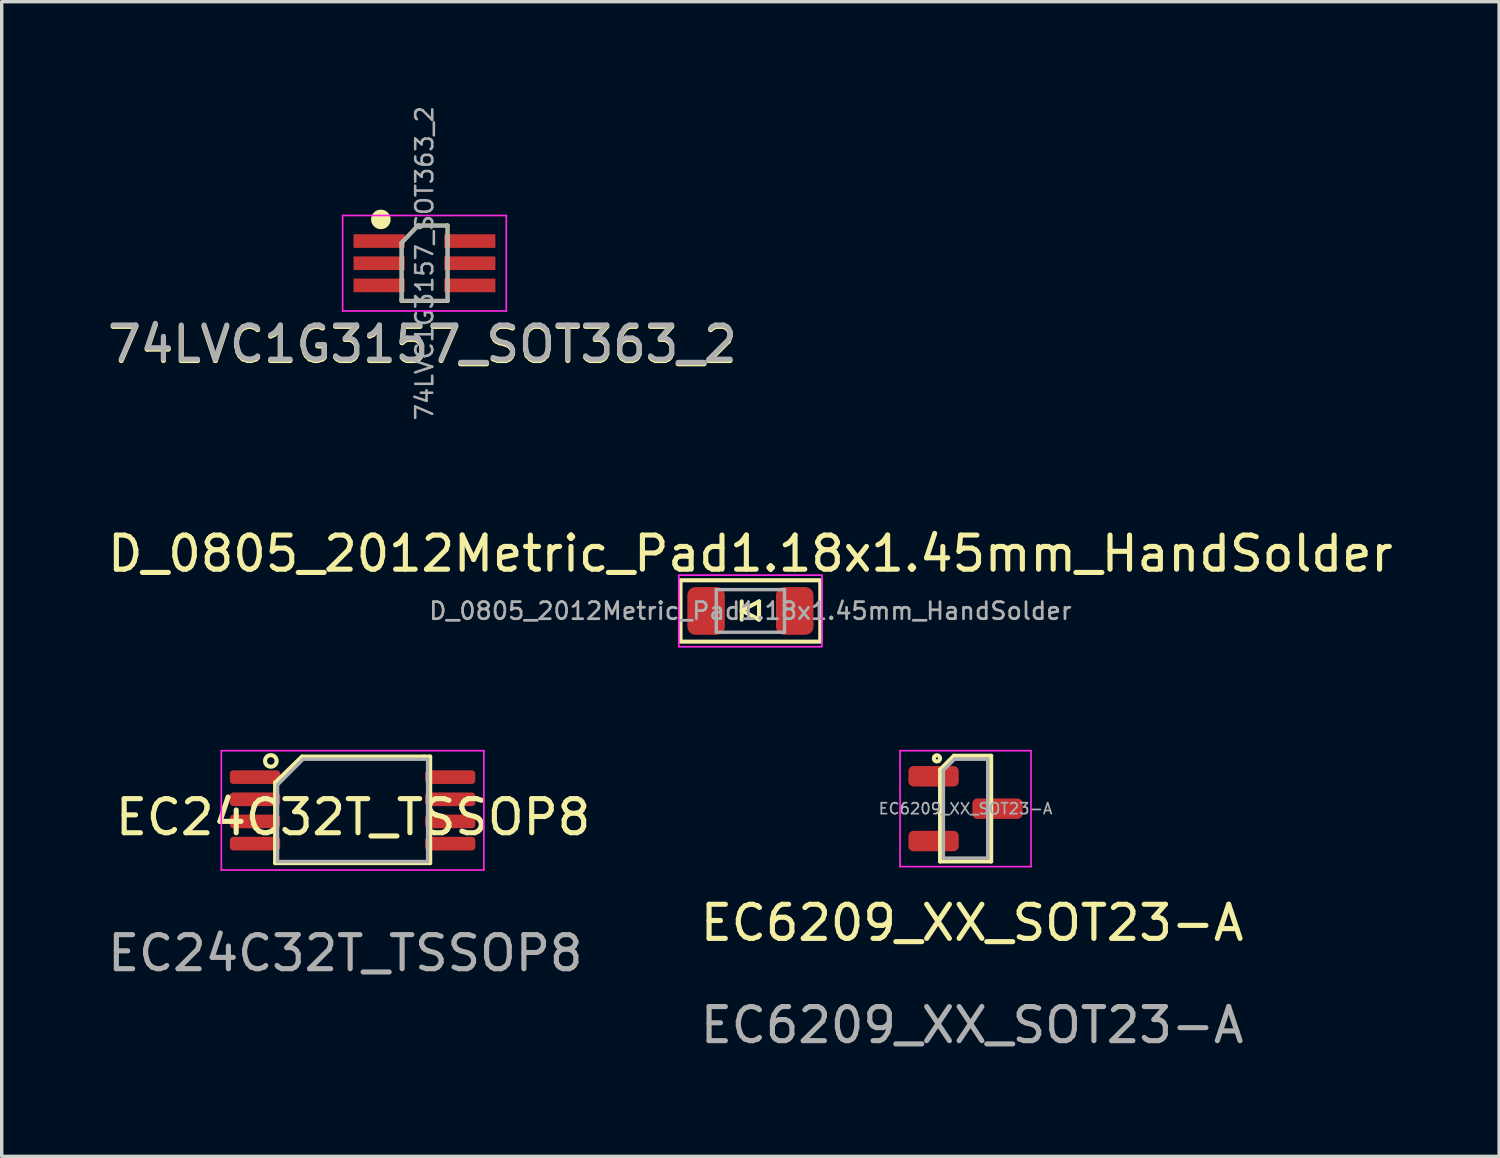
<source format=kicad_pcb>
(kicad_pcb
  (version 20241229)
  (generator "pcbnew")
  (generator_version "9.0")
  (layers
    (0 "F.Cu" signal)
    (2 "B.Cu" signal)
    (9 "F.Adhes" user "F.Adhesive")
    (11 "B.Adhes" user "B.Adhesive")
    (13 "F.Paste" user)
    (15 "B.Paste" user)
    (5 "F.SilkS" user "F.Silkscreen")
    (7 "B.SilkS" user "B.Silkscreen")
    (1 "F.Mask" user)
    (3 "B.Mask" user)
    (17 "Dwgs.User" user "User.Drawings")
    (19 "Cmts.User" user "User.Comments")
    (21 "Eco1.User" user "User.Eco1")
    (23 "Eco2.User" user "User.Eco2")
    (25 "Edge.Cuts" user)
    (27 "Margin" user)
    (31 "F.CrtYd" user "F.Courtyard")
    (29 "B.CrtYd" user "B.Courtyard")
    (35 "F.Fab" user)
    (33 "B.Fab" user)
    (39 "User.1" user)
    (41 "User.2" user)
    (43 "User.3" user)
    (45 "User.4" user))
  (footprint "EC6209_XX_SOT23-A"
    (layer "F.Cu")
    (at 25.232 20.564)
    (property "Reference" "EC6209_XX_SOT23-A" (at 0.229 3.452 0) (unlocked yes) (layer "F.SilkS") (effects (font (size 1 1) (thickness 0.15))))
    (attr smd)
    (fp_line (start -0.711 -1.041) (end -0.711 1.651) (stroke (width 0.12) (type solid)) (layer "F.SilkS"))
    (fp_line (start -0.305 -1.448) (end -0.711 -1.041) (stroke (width 0.12) (type solid)) (layer "F.SilkS"))
    (fp_line (start -0.305 -1.448) (end 0.787 -1.448) (stroke (width 0.12) (type solid)) (layer "F.SilkS"))
    (fp_line (start 0.787 -1.448) (end 0.787 1.651) (stroke (width 0.12) (type solid)) (layer "F.SilkS"))
    (fp_line (start 0.787 1.651) (end -0.711 1.651) (stroke (width 0.12) (type solid)) (layer "F.SilkS"))
    (fp_circle (center -0.803 -1.372) (end -0.854 -1.448) (stroke (width 0.12) (type solid)) (fill no) (layer "F.SilkS"))
    (fp_line (start -1.884 -1.597) (end -1.884 1.803) (stroke (width 0.05) (type solid)) (layer "F.CrtYd"))
    (fp_line (start -1.884 1.803) (end 1.956 1.803) (stroke (width 0.05) (type solid)) (layer "F.CrtYd"))
    (fp_line (start 1.956 -1.597) (end -1.884 -1.597) (stroke (width 0.05) (type solid)) (layer "F.CrtYd"))
    (fp_line (start 1.956 1.803) (end 1.956 -1.597) (stroke (width 0.05) (type solid)) (layer "F.CrtYd"))
    (fp_line (start -0.614 -1.022) (end -0.289 -1.347) (stroke (width 0.1) (type solid)) (layer "F.Fab"))
    (fp_line (start -0.614 1.553) (end -0.614 -1.022) (stroke (width 0.1) (type solid)) (layer "F.Fab"))
    (fp_line (start -0.289 -1.347) (end 0.686 -1.347) (stroke (width 0.1) (type solid)) (layer "F.Fab"))
    (fp_line (start 0.686 -1.347) (end 0.686 1.553) (stroke (width 0.1) (type solid)) (layer "F.Fab"))
    (fp_line (start 0.686 1.553) (end -0.614 1.553) (stroke (width 0.1) (type solid)) (layer "F.Fab"))
    (fp_text user "${REFERENCE}" (at 0.229 6.452 0) (unlocked yes) (layer "F.Fab") (effects (font (size 1 1) (thickness 0.15))))
    (fp_text user "${REFERENCE}" (at 0.036 0.103 0) (layer "F.Fab") (effects (font (size 0.32 0.32) (thickness 0.05))))
    (pad "1" smd roundrect (at -0.902 -0.847) (size 1.475 0.6) (layers "F.Cu" "F.Mask" "F.Paste") (roundrect_rratio 0.25))
    (pad "2" smd roundrect (at -0.902 1.053) (size 1.475 0.6) (layers "F.Cu" "F.Mask" "F.Paste") (roundrect_rratio 0.25))
    (pad "3" smd roundrect (at 0.973 0.103) (size 1.475 0.6) (layers "F.Cu" "F.Mask" "F.Paste") (roundrect_rratio 0.25)))
  (footprint "74LVC1G3157_SOT363_2"
    (layer "F.Cu")
    (at 9.339 4.528)
    (property "Reference" "74LVC1G3157_SOT363_2" (at 0 2.54 0) (unlocked yes) (layer "F.SilkS") (effects (font (size 1 1) (thickness 0.15))))
    (attr smd)
    (fp_line (start -0.61 -0.457) (end -0.61 1.194) (stroke (width 0.12) (type solid)) (layer "F.SilkS"))
    (fp_line (start -0.61 1.194) (end -0.61 1.245) (stroke (width 0.12) (type solid)) (layer "F.SilkS"))
    (fp_line (start -0.61 1.245) (end 0.737 1.245) (stroke (width 0.12) (type solid)) (layer "F.SilkS"))
    (fp_line (start -0.127 -0.965) (end -0.61 -0.457) (stroke (width 0.12) (type solid)) (layer "F.SilkS"))
    (fp_line (start 0.737 -0.965) (end -0.127 -0.965) (stroke (width 0.12) (type solid)) (layer "F.SilkS"))
    (fp_line (start 0.737 1.245) (end 0.737 -0.965) (stroke (width 0.12) (type solid)) (layer "F.SilkS"))
    (fp_circle (center -1.219 -1.143) (end -0.992 -1.143) (stroke (width 0.12) (type solid)) (fill yes) (layer "F.SilkS"))
    (fp_line (start -2.34 -1.258) (end -2.34 1.542) (stroke (width 0.05) (type solid)) (layer "F.CrtYd"))
    (fp_line (start -2.34 -1.258) (end 2.46 -1.258) (stroke (width 0.05) (type solid)) (layer "F.CrtYd"))
    (fp_line (start -2.34 1.542) (end 2.46 1.542) (stroke (width 0.05) (type solid)) (layer "F.CrtYd"))
    (fp_line (start 2.46 1.542) (end 2.46 -1.258) (stroke (width 0.05) (type solid)) (layer "F.CrtYd"))
    (fp_line (start -0.615 -0.458) (end -0.615 1.242) (stroke (width 0.1) (type solid)) (layer "F.Fab"))
    (fp_line (start -0.115 -0.958) (end -0.615 -0.458) (stroke (width 0.1) (type solid)) (layer "F.Fab"))
    (fp_line (start 0.735 -0.958) (end -0.115 -0.958) (stroke (width 0.1) (type solid)) (layer "F.Fab"))
    (fp_line (start 0.735 -0.958) (end 0.735 1.242) (stroke (width 0.1) (type solid)) (layer "F.Fab"))
    (fp_line (start 0.735 1.242) (end -0.615 1.242) (stroke (width 0.1) (type solid)) (layer "F.Fab"))
    (fp_text user "${REFERENCE}" (at 0 2.5 0) (unlocked yes) (layer "F.Fab") (effects (font (size 1 1) (thickness 0.15))))
    (fp_text user "${REFERENCE}" (at 0.06 0.142 90) (layer "F.Fab") (effects (font (size 0.5 0.5) (thickness 0.075))))
    (pad "1" smd rect (at -1.27 -0.508) (size 1.5 0.4) (layers "F.Cu" "F.Mask" "F.Paste"))
    (pad "2" smd rect (at -1.27 0.142) (size 1.5 0.4) (layers "F.Cu" "F.Mask" "F.Paste"))
    (pad "3" smd rect (at -1.27 0.792) (size 1.5 0.4) (layers "F.Cu" "F.Mask" "F.Paste"))
    (pad "4" smd rect (at 1.39 0.792) (size 1.5 0.4) (layers "F.Cu" "F.Mask" "F.Paste"))
    (pad "5" smd rect (at 1.39 0.142) (size 1.5 0.4) (layers "F.Cu" "F.Mask" "F.Paste"))
    (pad "6" smd rect (at 1.39 -0.508) (size 1.5 0.4) (layers "F.Cu" "F.Mask" "F.Paste")))
  (footprint "D_0805_2012Metric_Pad1.18x1.45mm_HandSolder"
    (layer "F.Cu")
    (at 18.958 14.868)
    (property "Reference" "D_0805_2012Metric_Pad1.18x1.45mm_HandSolder" (at 0 -1.68 0) (layer "F.SilkS") (effects (font (size 1 1) (thickness 0.15))))
    (attr smd)
    (fp_line (start -0.254 -0.279) (end -0.254 0.254) (stroke (width 0.12) (type solid)) (layer "F.SilkS"))
    (fp_line (start -0.254 -0.013) (end 0.254 -0.279) (stroke (width 0.12) (type solid)) (layer "F.SilkS"))
    (fp_line (start 0.254 -0.279) (end 0.254 0.254) (stroke (width 0.12) (type solid)) (layer "F.SilkS"))
    (fp_line (start 0.254 0.254) (end -0.254 -0.013) (stroke (width 0.12) (type solid)) (layer "F.SilkS"))
    (fp_rect (start -2.05 -0.9) (end 2.05 0.9) (stroke (width 0.12) (type solid)) (fill no) (layer "F.SilkS"))
    (fp_rect (start -2.1 -1.05) (end 2.1 1.05) (stroke (width 0.05) (type default)) (fill no) (layer "F.CrtYd"))
    (fp_line (start -1 -0.625) (end 1 -0.625) (stroke (width 0.1) (type solid)) (layer "F.Fab"))
    (fp_line (start -1 0.625) (end -1 -0.625) (stroke (width 0.1) (type solid)) (layer "F.Fab"))
    (fp_line (start 1 -0.625) (end 1 0.625) (stroke (width 0.1) (type solid)) (layer "F.Fab"))
    (fp_line (start 1 0.625) (end -1 0.625) (stroke (width 0.1) (type solid)) (layer "F.Fab"))
    (fp_text user "${REFERENCE}" (at 0 0 0) (layer "F.Fab") (effects (font (size 0.5 0.5) (thickness 0.08))))
    (pad "1" smd roundrect (at -1.3 0) (size 1.1 1.4) (layers "F.Cu" "F.Mask" "F.Paste") (roundrect_rratio 0.213))
    (pad "2" smd roundrect (at 1.3 0) (size 1.1 1.4) (layers "F.Cu" "F.Mask" "F.Paste") (roundrect_rratio 0.213)))
  (footprint "EC24C32T_TSSOP8"
    (layer "F.Cu")
    (at 7.077 20.791)
    (property "Reference" "EC24C32T_TSSOP8" (at 0.229 0.127 0) (unlocked yes) (layer "F.SilkS") (effects (font (size 1 1) (thickness 0.15))))
    (attr smd)
    (fp_line (start -2.057 -0.889) (end -2.057 1.473) (stroke (width 0.12) (type solid)) (layer "F.SilkS"))
    (fp_line (start -2.057 1.473) (end 2.464 1.473) (stroke (width 0.12) (type solid)) (layer "F.SilkS"))
    (fp_line (start -1.27 -1.651) (end -2.057 -0.889) (stroke (width 0.12) (type solid)) (layer "F.SilkS"))
    (fp_line (start 2.311 -1.651) (end -1.27 -1.651) (stroke (width 0.12) (type solid)) (layer "F.SilkS"))
    (fp_line (start 2.464 1.473) (end 2.489 1.473) (stroke (width 0.12) (type solid)) (layer "F.SilkS"))
    (fp_line (start 2.489 -1.651) (end 2.311 -1.651) (stroke (width 0.12) (type solid)) (layer "F.SilkS"))
    (fp_line (start 2.489 1.473) (end 2.489 -1.651) (stroke (width 0.12) (type solid)) (layer "F.SilkS"))
    (fp_circle (center -2.184 -1.524) (end -2.032 -1.448) (stroke (width 0.12) (type solid)) (fill no) (layer "F.SilkS"))
    (fp_line (start -3.636 -1.824) (end -3.636 1.676) (stroke (width 0.05) (type solid)) (layer "F.CrtYd"))
    (fp_line (start -3.636 1.676) (end 4.064 1.676) (stroke (width 0.05) (type solid)) (layer "F.CrtYd"))
    (fp_line (start 4.064 -1.824) (end -3.636 -1.824) (stroke (width 0.05) (type solid)) (layer "F.CrtYd"))
    (fp_line (start 4.064 1.676) (end 4.064 -1.824) (stroke (width 0.05) (type solid)) (layer "F.CrtYd"))
    (fp_line (start -1.986 -0.824) (end -1.236 -1.574) (stroke (width 0.1) (type solid)) (layer "F.Fab"))
    (fp_line (start -1.986 1.426) (end -1.986 -0.824) (stroke (width 0.1) (type solid)) (layer "F.Fab"))
    (fp_line (start -1.236 -1.574) (end 2.414 -1.574) (stroke (width 0.1) (type solid)) (layer "F.Fab"))
    (fp_line (start 2.414 -1.574) (end 2.414 1.426) (stroke (width 0.1) (type solid)) (layer "F.Fab"))
    (fp_line (start 2.414 1.426) (end -1.986 1.426) (stroke (width 0.1) (type solid)) (layer "F.Fab"))
    (fp_text user "${REFERENCE}" (at 0 4.115 0) (unlocked yes) (layer "F.Fab") (effects (font (size 1 1) (thickness 0.15))))
    (pad "1" smd roundrect (at -2.648 -1.049) (size 1.475 0.4) (layers "F.Cu" "F.Mask" "F.Paste") (roundrect_rratio 0.25))
    (pad "2" smd roundrect (at -2.648 -0.399) (size 1.475 0.4) (layers "F.Cu" "F.Mask" "F.Paste") (roundrect_rratio 0.25))
    (pad "3" smd roundrect (at -2.648 0.251) (size 1.475 0.4) (layers "F.Cu" "F.Mask" "F.Paste") (roundrect_rratio 0.25))
    (pad "4" smd roundrect (at -2.648 0.901) (size 1.475 0.4) (layers "F.Cu" "F.Mask" "F.Paste") (roundrect_rratio 0.25))
    (pad "5" smd roundrect (at 3.076 0.901) (size 1.475 0.4) (layers "F.Cu" "F.Mask" "F.Paste") (roundrect_rratio 0.25))
    (pad "6" smd roundrect (at 3.076 0.251) (size 1.475 0.4) (layers "F.Cu" "F.Mask" "F.Paste") (roundrect_rratio 0.25))
    (pad "7" smd roundrect (at 3.076 -0.399) (size 1.475 0.4) (layers "F.Cu" "F.Mask" "F.Paste") (roundrect_rratio 0.25))
    (pad "8" smd roundrect (at 3.076 -1.049) (size 1.475 0.4) (layers "F.Cu" "F.Mask" "F.Paste") (roundrect_rratio 0.25)))
  (gr_rect
    (start -3 -3)
    (end 40.917 30.864)
    (stroke (width 0.1) (type default))
    (fill no)
    (layer "Edge.Cuts")))
</source>
